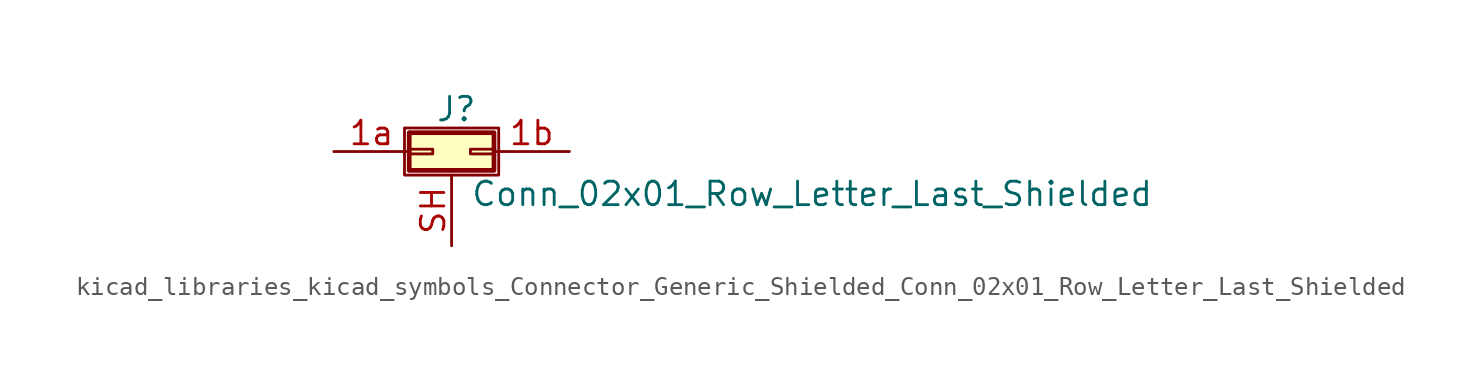
<source format=kicad_sym>
(kicad_symbol_lib
  (version 20220914)
  (generator kicad_symbol_editor)
  (symbol "kicad_libraries_kicad_symbols_Connector_Generic_Shielded_Conn_02x01_Row_Letter_Last_Shielded"
    (pin_names
      (offset 1.016) hide)
    (property "Reference" "J"
      (at 1.524 2.286 0)
      (effects (font (size 1.27 1.27))))
    (property "Value" "Conn_02x01_Row_Letter_Last_Shielded"
      (at 2.286 -2.286 0)
      (effects (font (size 1.27 1.27)) (justify left)))
    (symbol "kicad_libraries_kicad_symbols_Connector_Generic_Shielded_Conn_02x01_Row_Letter_Last_Shielded_1_1"
      (rectangle (start -1.27 1.27) (end 3.81 -1.27) (stroke (width 0.152) (type default)) (fill (type none)))
      (rectangle (start -1.016 0.127) (end 0.254 -0.127) (stroke (width 0.152) (type default)) (fill (type none)))
      (rectangle (start -1.016 1.016) (end 3.556 -1.016) (stroke (width 0.254) (type default)) (fill (type background)))
      (rectangle (start 3.556 0.127) (end 2.286 -0.127) (stroke (width 0.152) (type default)) (fill (type none)))
      (pin passive line (at -5.08 0 0) (length 4.064) (name "Pin_1a" (effects (font (size 1.27 1.27)))) (number "1a" (effects (font (size 1.27 1.27)))))
      (pin passive line (at 7.62 0 180) (length 4.064) (name "Pin_1b" (effects (font (size 1.27 1.27)))) (number "1b" (effects (font (size 1.27 1.27)))))
      (pin passive line (at 1.27 -5.08 90) (length 3.81) (name "Shield" (effects (font (size 1.27 1.27)))) (number "SH" (effects (font (size 1.27 1.27))))))))
</source>
